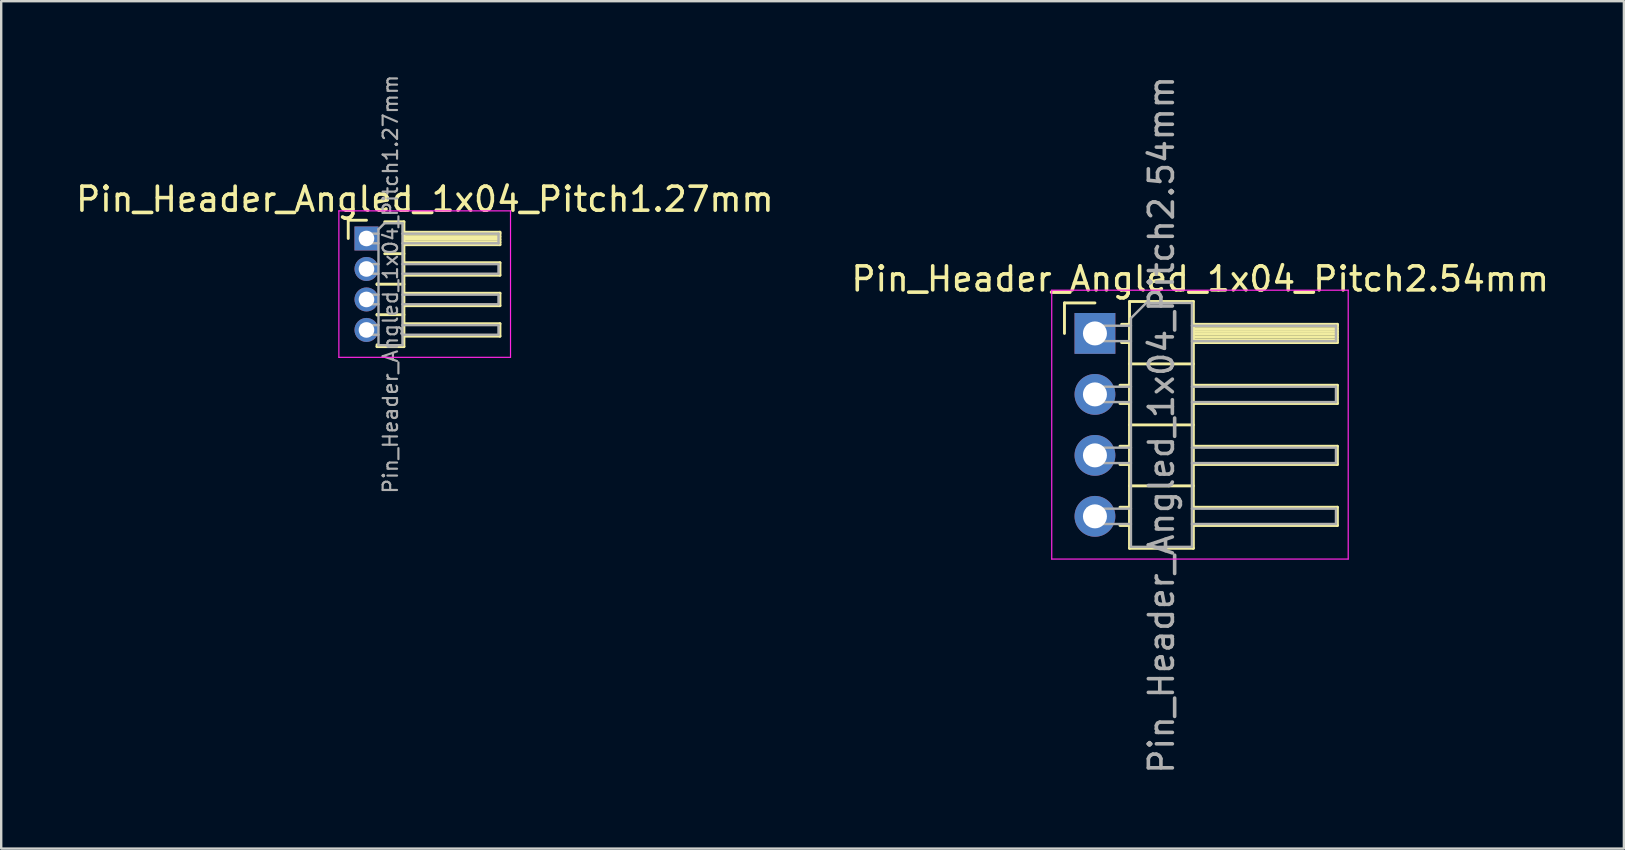
<source format=kicad_pcb>
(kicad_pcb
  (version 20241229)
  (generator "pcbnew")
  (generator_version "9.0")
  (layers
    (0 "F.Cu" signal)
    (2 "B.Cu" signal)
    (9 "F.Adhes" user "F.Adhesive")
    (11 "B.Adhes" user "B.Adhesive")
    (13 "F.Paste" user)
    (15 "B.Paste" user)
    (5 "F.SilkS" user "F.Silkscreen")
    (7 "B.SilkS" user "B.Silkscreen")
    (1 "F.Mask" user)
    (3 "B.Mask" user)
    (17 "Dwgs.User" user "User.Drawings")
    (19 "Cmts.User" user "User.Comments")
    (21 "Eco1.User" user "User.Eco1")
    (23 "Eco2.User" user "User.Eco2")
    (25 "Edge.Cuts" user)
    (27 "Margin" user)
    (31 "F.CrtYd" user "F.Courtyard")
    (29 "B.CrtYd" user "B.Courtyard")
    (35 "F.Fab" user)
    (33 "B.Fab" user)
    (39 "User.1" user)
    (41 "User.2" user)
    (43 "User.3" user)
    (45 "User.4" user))
  (footprint "Pin_Header_Angled_1x04_Pitch2.54mm"
    (layer "F.Cu")
    (at 42.561 10.839)
    (property "Reference" "Pin_Header_Angled_1x04_Pitch2.54mm" (at 4.385 -2.27 0) (layer "F.SilkS") (effects (font (size 1 1) (thickness 0.15))))
    (attr through_hole)
    (fp_line (start -1.27 -1.27) (end 0 -1.27) (stroke (width 0.12) (type solid)) (layer "F.SilkS"))
    (fp_line (start -1.27 0) (end -1.27 -1.27) (stroke (width 0.12) (type solid)) (layer "F.SilkS"))
    (fp_line (start 1.043 2.16) (end 1.44 2.16) (stroke (width 0.12) (type solid)) (layer "F.SilkS"))
    (fp_line (start 1.043 2.92) (end 1.44 2.92) (stroke (width 0.12) (type solid)) (layer "F.SilkS"))
    (fp_line (start 1.043 4.7) (end 1.44 4.7) (stroke (width 0.12) (type solid)) (layer "F.SilkS"))
    (fp_line (start 1.043 5.46) (end 1.44 5.46) (stroke (width 0.12) (type solid)) (layer "F.SilkS"))
    (fp_line (start 1.043 7.24) (end 1.44 7.24) (stroke (width 0.12) (type solid)) (layer "F.SilkS"))
    (fp_line (start 1.043 8) (end 1.44 8) (stroke (width 0.12) (type solid)) (layer "F.SilkS"))
    (fp_line (start 1.11 -0.38) (end 1.44 -0.38) (stroke (width 0.12) (type solid)) (layer "F.SilkS"))
    (fp_line (start 1.11 0.38) (end 1.44 0.38) (stroke (width 0.12) (type solid)) (layer "F.SilkS"))
    (fp_line (start 1.44 -1.33) (end 1.44 8.95) (stroke (width 0.12) (type solid)) (layer "F.SilkS"))
    (fp_line (start 1.44 1.27) (end 4.1 1.27) (stroke (width 0.12) (type solid)) (layer "F.SilkS"))
    (fp_line (start 1.44 3.81) (end 4.1 3.81) (stroke (width 0.12) (type solid)) (layer "F.SilkS"))
    (fp_line (start 1.44 6.35) (end 4.1 6.35) (stroke (width 0.12) (type solid)) (layer "F.SilkS"))
    (fp_line (start 1.44 8.95) (end 4.1 8.95) (stroke (width 0.12) (type solid)) (layer "F.SilkS"))
    (fp_line (start 4.1 -1.33) (end 1.44 -1.33) (stroke (width 0.12) (type solid)) (layer "F.SilkS"))
    (fp_line (start 4.1 -0.38) (end 10.1 -0.38) (stroke (width 0.12) (type solid)) (layer "F.SilkS"))
    (fp_line (start 4.1 -0.32) (end 10.1 -0.32) (stroke (width 0.12) (type solid)) (layer "F.SilkS"))
    (fp_line (start 4.1 -0.2) (end 10.1 -0.2) (stroke (width 0.12) (type solid)) (layer "F.SilkS"))
    (fp_line (start 4.1 -0.08) (end 10.1 -0.08) (stroke (width 0.12) (type solid)) (layer "F.SilkS"))
    (fp_line (start 4.1 0.04) (end 10.1 0.04) (stroke (width 0.12) (type solid)) (layer "F.SilkS"))
    (fp_line (start 4.1 0.16) (end 10.1 0.16) (stroke (width 0.12) (type solid)) (layer "F.SilkS"))
    (fp_line (start 4.1 0.28) (end 10.1 0.28) (stroke (width 0.12) (type solid)) (layer "F.SilkS"))
    (fp_line (start 4.1 2.16) (end 10.1 2.16) (stroke (width 0.12) (type solid)) (layer "F.SilkS"))
    (fp_line (start 4.1 4.7) (end 10.1 4.7) (stroke (width 0.12) (type solid)) (layer "F.SilkS"))
    (fp_line (start 4.1 7.24) (end 10.1 7.24) (stroke (width 0.12) (type solid)) (layer "F.SilkS"))
    (fp_line (start 4.1 8.95) (end 4.1 -1.33) (stroke (width 0.12) (type solid)) (layer "F.SilkS"))
    (fp_line (start 10.1 -0.38) (end 10.1 0.38) (stroke (width 0.12) (type solid)) (layer "F.SilkS"))
    (fp_line (start 10.1 0.38) (end 4.1 0.38) (stroke (width 0.12) (type solid)) (layer "F.SilkS"))
    (fp_line (start 10.1 2.16) (end 10.1 2.92) (stroke (width 0.12) (type solid)) (layer "F.SilkS"))
    (fp_line (start 10.1 2.92) (end 4.1 2.92) (stroke (width 0.12) (type solid)) (layer "F.SilkS"))
    (fp_line (start 10.1 4.7) (end 10.1 5.46) (stroke (width 0.12) (type solid)) (layer "F.SilkS"))
    (fp_line (start 10.1 5.46) (end 4.1 5.46) (stroke (width 0.12) (type solid)) (layer "F.SilkS"))
    (fp_line (start 10.1 7.24) (end 10.1 8) (stroke (width 0.12) (type solid)) (layer "F.SilkS"))
    (fp_line (start 10.1 8) (end 4.1 8) (stroke (width 0.12) (type solid)) (layer "F.SilkS"))
    (fp_line (start -1.8 -1.8) (end -1.8 9.4) (stroke (width 0.05) (type solid)) (layer "F.CrtYd"))
    (fp_line (start -1.8 9.4) (end 10.55 9.4) (stroke (width 0.05) (type solid)) (layer "F.CrtYd"))
    (fp_line (start 10.55 -1.8) (end -1.8 -1.8) (stroke (width 0.05) (type solid)) (layer "F.CrtYd"))
    (fp_line (start 10.55 9.4) (end 10.55 -1.8) (stroke (width 0.05) (type solid)) (layer "F.CrtYd"))
    (fp_line (start -0.32 -0.32) (end -0.32 0.32) (stroke (width 0.1) (type solid)) (layer "F.Fab"))
    (fp_line (start -0.32 -0.32) (end 1.5 -0.32) (stroke (width 0.1) (type solid)) (layer "F.Fab"))
    (fp_line (start -0.32 0.32) (end 1.5 0.32) (stroke (width 0.1) (type solid)) (layer "F.Fab"))
    (fp_line (start -0.32 2.22) (end -0.32 2.86) (stroke (width 0.1) (type solid)) (layer "F.Fab"))
    (fp_line (start -0.32 2.22) (end 1.5 2.22) (stroke (width 0.1) (type solid)) (layer "F.Fab"))
    (fp_line (start -0.32 2.86) (end 1.5 2.86) (stroke (width 0.1) (type solid)) (layer "F.Fab"))
    (fp_line (start -0.32 4.76) (end -0.32 5.4) (stroke (width 0.1) (type solid)) (layer "F.Fab"))
    (fp_line (start -0.32 4.76) (end 1.5 4.76) (stroke (width 0.1) (type solid)) (layer "F.Fab"))
    (fp_line (start -0.32 5.4) (end 1.5 5.4) (stroke (width 0.1) (type solid)) (layer "F.Fab"))
    (fp_line (start -0.32 7.3) (end -0.32 7.94) (stroke (width 0.1) (type solid)) (layer "F.Fab"))
    (fp_line (start -0.32 7.3) (end 1.5 7.3) (stroke (width 0.1) (type solid)) (layer "F.Fab"))
    (fp_line (start -0.32 7.94) (end 1.5 7.94) (stroke (width 0.1) (type solid)) (layer "F.Fab"))
    (fp_line (start 1.5 -0.635) (end 2.135 -1.27) (stroke (width 0.1) (type solid)) (layer "F.Fab"))
    (fp_line (start 1.5 8.89) (end 1.5 -0.635) (stroke (width 0.1) (type solid)) (layer "F.Fab"))
    (fp_line (start 2.135 -1.27) (end 4.04 -1.27) (stroke (width 0.1) (type solid)) (layer "F.Fab"))
    (fp_line (start 4.04 -1.27) (end 4.04 8.89) (stroke (width 0.1) (type solid)) (layer "F.Fab"))
    (fp_line (start 4.04 -0.32) (end 10.04 -0.32) (stroke (width 0.1) (type solid)) (layer "F.Fab"))
    (fp_line (start 4.04 0.32) (end 10.04 0.32) (stroke (width 0.1) (type solid)) (layer "F.Fab"))
    (fp_line (start 4.04 2.22) (end 10.04 2.22) (stroke (width 0.1) (type solid)) (layer "F.Fab"))
    (fp_line (start 4.04 2.86) (end 10.04 2.86) (stroke (width 0.1) (type solid)) (layer "F.Fab"))
    (fp_line (start 4.04 4.76) (end 10.04 4.76) (stroke (width 0.1) (type solid)) (layer "F.Fab"))
    (fp_line (start 4.04 5.4) (end 10.04 5.4) (stroke (width 0.1) (type solid)) (layer "F.Fab"))
    (fp_line (start 4.04 7.3) (end 10.04 7.3) (stroke (width 0.1) (type solid)) (layer "F.Fab"))
    (fp_line (start 4.04 7.94) (end 10.04 7.94) (stroke (width 0.1) (type solid)) (layer "F.Fab"))
    (fp_line (start 4.04 8.89) (end 1.5 8.89) (stroke (width 0.1) (type solid)) (layer "F.Fab"))
    (fp_line (start 10.04 -0.32) (end 10.04 0.32) (stroke (width 0.1) (type solid)) (layer "F.Fab"))
    (fp_line (start 10.04 2.22) (end 10.04 2.86) (stroke (width 0.1) (type solid)) (layer "F.Fab"))
    (fp_line (start 10.04 4.76) (end 10.04 5.4) (stroke (width 0.1) (type solid)) (layer "F.Fab"))
    (fp_line (start 10.04 7.3) (end 10.04 7.94) (stroke (width 0.1) (type solid)) (layer "F.Fab"))
    (fp_text user "${REFERENCE}" (at 2.77 3.81 90) (layer "F.Fab") (effects (font (size 1 1) (thickness 0.15))))
    (pad "1" thru_hole rect (at 0 0) (size 1.7 1.7) (drill 1) (layers "*.Cu" "*.Mask"))
    (pad "2" thru_hole oval (at 0 2.54) (size 1.7 1.7) (drill 1) (layers "*.Cu" "*.Mask"))
    (pad "3" thru_hole oval (at 0 5.08) (size 1.7 1.7) (drill 1) (layers "*.Cu" "*.Mask"))
    (pad "4" thru_hole oval (at 0 7.62) (size 1.7 1.7) (drill 1) (layers "*.Cu" "*.Mask")))
  (footprint "Pin_Header_Angled_1x04_Pitch1.27mm"
    (layer "F.Cu")
    (at 12.216 6.884)
    (property "Reference" "Pin_Header_Angled_1x04_Pitch1.27mm" (at 2.433 -1.635 0) (layer "F.SilkS") (effects (font (size 1 1) (thickness 0.15))))
    (attr through_hole)
    (fp_line (start -0.76 -0.76) (end 0 -0.76) (stroke (width 0.12) (type solid)) (layer "F.SilkS"))
    (fp_line (start -0.76 0) (end -0.76 -0.76) (stroke (width 0.12) (type solid)) (layer "F.SilkS"))
    (fp_line (start 0.44 1.89) (end 0.44 1.92) (stroke (width 0.12) (type solid)) (layer "F.SilkS"))
    (fp_line (start 0.44 1.905) (end 1.56 1.905) (stroke (width 0.12) (type solid)) (layer "F.SilkS"))
    (fp_line (start 0.44 3.16) (end 0.44 3.19) (stroke (width 0.12) (type solid)) (layer "F.SilkS"))
    (fp_line (start 0.44 3.175) (end 1.56 3.175) (stroke (width 0.12) (type solid)) (layer "F.SilkS"))
    (fp_line (start 0.44 4.505) (end 0.44 4.43) (stroke (width 0.12) (type solid)) (layer "F.SilkS"))
    (fp_line (start 0.76 -0.695) (end 1.56 -0.695) (stroke (width 0.12) (type solid)) (layer "F.SilkS"))
    (fp_line (start 0.76 0.635) (end 1.56 0.635) (stroke (width 0.12) (type solid)) (layer "F.SilkS"))
    (fp_line (start 1.56 -0.695) (end 1.56 4.505) (stroke (width 0.12) (type solid)) (layer "F.SilkS"))
    (fp_line (start 1.56 -0.26) (end 5.56 -0.26) (stroke (width 0.12) (type solid)) (layer "F.SilkS"))
    (fp_line (start 1.56 -0.2) (end 5.56 -0.2) (stroke (width 0.12) (type solid)) (layer "F.SilkS"))
    (fp_line (start 1.56 -0.08) (end 5.56 -0.08) (stroke (width 0.12) (type solid)) (layer "F.SilkS"))
    (fp_line (start 1.56 0.04) (end 5.56 0.04) (stroke (width 0.12) (type solid)) (layer "F.SilkS"))
    (fp_line (start 1.56 0.16) (end 5.56 0.16) (stroke (width 0.12) (type solid)) (layer "F.SilkS"))
    (fp_line (start 1.56 1.01) (end 5.56 1.01) (stroke (width 0.12) (type solid)) (layer "F.SilkS"))
    (fp_line (start 1.56 2.28) (end 5.56 2.28) (stroke (width 0.12) (type solid)) (layer "F.SilkS"))
    (fp_line (start 1.56 3.55) (end 5.56 3.55) (stroke (width 0.12) (type solid)) (layer "F.SilkS"))
    (fp_line (start 1.56 4.505) (end 0.44 4.505) (stroke (width 0.12) (type solid)) (layer "F.SilkS"))
    (fp_line (start 5.56 -0.26) (end 5.56 0.26) (stroke (width 0.12) (type solid)) (layer "F.SilkS"))
    (fp_line (start 5.56 0.26) (end 1.56 0.26) (stroke (width 0.12) (type solid)) (layer "F.SilkS"))
    (fp_line (start 5.56 1.01) (end 5.56 1.53) (stroke (width 0.12) (type solid)) (layer "F.SilkS"))
    (fp_line (start 5.56 1.53) (end 1.56 1.53) (stroke (width 0.12) (type solid)) (layer "F.SilkS"))
    (fp_line (start 5.56 2.28) (end 5.56 2.8) (stroke (width 0.12) (type solid)) (layer "F.SilkS"))
    (fp_line (start 5.56 2.8) (end 1.56 2.8) (stroke (width 0.12) (type solid)) (layer "F.SilkS"))
    (fp_line (start 5.56 3.55) (end 5.56 4.07) (stroke (width 0.12) (type solid)) (layer "F.SilkS"))
    (fp_line (start 5.56 4.07) (end 1.56 4.07) (stroke (width 0.12) (type solid)) (layer "F.SilkS"))
    (fp_line (start -1.15 -1.15) (end -1.15 4.95) (stroke (width 0.05) (type solid)) (layer "F.CrtYd"))
    (fp_line (start -1.15 4.95) (end 6 4.95) (stroke (width 0.05) (type solid)) (layer "F.CrtYd"))
    (fp_line (start 6 -1.15) (end -1.15 -1.15) (stroke (width 0.05) (type solid)) (layer "F.CrtYd"))
    (fp_line (start 6 4.95) (end 6 -1.15) (stroke (width 0.05) (type solid)) (layer "F.CrtYd"))
    (fp_line (start -0.2 -0.2) (end -0.2 0.2) (stroke (width 0.1) (type solid)) (layer "F.Fab"))
    (fp_line (start -0.2 -0.2) (end 0.5 -0.2) (stroke (width 0.1) (type solid)) (layer "F.Fab"))
    (fp_line (start -0.2 0.2) (end 0.5 0.2) (stroke (width 0.1) (type solid)) (layer "F.Fab"))
    (fp_line (start -0.2 1.07) (end -0.2 1.47) (stroke (width 0.1) (type solid)) (layer "F.Fab"))
    (fp_line (start -0.2 1.07) (end 0.5 1.07) (stroke (width 0.1) (type solid)) (layer "F.Fab"))
    (fp_line (start -0.2 1.47) (end 0.5 1.47) (stroke (width 0.1) (type solid)) (layer "F.Fab"))
    (fp_line (start -0.2 2.34) (end -0.2 2.74) (stroke (width 0.1) (type solid)) (layer "F.Fab"))
    (fp_line (start -0.2 2.34) (end 0.5 2.34) (stroke (width 0.1) (type solid)) (layer "F.Fab"))
    (fp_line (start -0.2 2.74) (end 0.5 2.74) (stroke (width 0.1) (type solid)) (layer "F.Fab"))
    (fp_line (start -0.2 3.61) (end -0.2 4.01) (stroke (width 0.1) (type solid)) (layer "F.Fab"))
    (fp_line (start -0.2 3.61) (end 0.5 3.61) (stroke (width 0.1) (type solid)) (layer "F.Fab"))
    (fp_line (start -0.2 4.01) (end 0.5 4.01) (stroke (width 0.1) (type solid)) (layer "F.Fab"))
    (fp_line (start 0.5 -0.385) (end 0.75 -0.635) (stroke (width 0.1) (type solid)) (layer "F.Fab"))
    (fp_line (start 0.5 4.445) (end 0.5 -0.385) (stroke (width 0.1) (type solid)) (layer "F.Fab"))
    (fp_line (start 0.75 -0.635) (end 1.5 -0.635) (stroke (width 0.1) (type solid)) (layer "F.Fab"))
    (fp_line (start 1.5 -0.635) (end 1.5 4.445) (stroke (width 0.1) (type solid)) (layer "F.Fab"))
    (fp_line (start 1.5 -0.2) (end 5.5 -0.2) (stroke (width 0.1) (type solid)) (layer "F.Fab"))
    (fp_line (start 1.5 0.2) (end 5.5 0.2) (stroke (width 0.1) (type solid)) (layer "F.Fab"))
    (fp_line (start 1.5 1.07) (end 5.5 1.07) (stroke (width 0.1) (type solid)) (layer "F.Fab"))
    (fp_line (start 1.5 1.47) (end 5.5 1.47) (stroke (width 0.1) (type solid)) (layer "F.Fab"))
    (fp_line (start 1.5 2.34) (end 5.5 2.34) (stroke (width 0.1) (type solid)) (layer "F.Fab"))
    (fp_line (start 1.5 2.74) (end 5.5 2.74) (stroke (width 0.1) (type solid)) (layer "F.Fab"))
    (fp_line (start 1.5 3.61) (end 5.5 3.61) (stroke (width 0.1) (type solid)) (layer "F.Fab"))
    (fp_line (start 1.5 4.01) (end 5.5 4.01) (stroke (width 0.1) (type solid)) (layer "F.Fab"))
    (fp_line (start 1.5 4.445) (end 0.5 4.445) (stroke (width 0.1) (type solid)) (layer "F.Fab"))
    (fp_line (start 5.5 -0.2) (end 5.5 0.2) (stroke (width 0.1) (type solid)) (layer "F.Fab"))
    (fp_line (start 5.5 1.07) (end 5.5 1.47) (stroke (width 0.1) (type solid)) (layer "F.Fab"))
    (fp_line (start 5.5 2.34) (end 5.5 2.74) (stroke (width 0.1) (type solid)) (layer "F.Fab"))
    (fp_line (start 5.5 3.61) (end 5.5 4.01) (stroke (width 0.1) (type solid)) (layer "F.Fab"))
    (fp_text user "${REFERENCE}" (at 1 1.905 90) (layer "F.Fab") (effects (font (size 0.6 0.6) (thickness 0.09))))
    (pad "1" thru_hole rect (at 0 0) (size 1 1) (drill 0.65) (layers "*.Cu" "*.Mask"))
    (pad "2" thru_hole oval (at 0 1.27) (size 1 1) (drill 0.65) (layers "*.Cu" "*.Mask"))
    (pad "3" thru_hole oval (at 0 2.54) (size 1 1) (drill 0.65) (layers "*.Cu" "*.Mask"))
    (pad "4" thru_hole oval (at 0 3.81) (size 1 1) (drill 0.65) (layers "*.Cu" "*.Mask")))
  (gr_rect
    (start -3 -3)
    (end 64.595 32.298)
    (stroke (width 0.1) (type default))
    (fill no)
    (layer "Edge.Cuts")))
</source>
